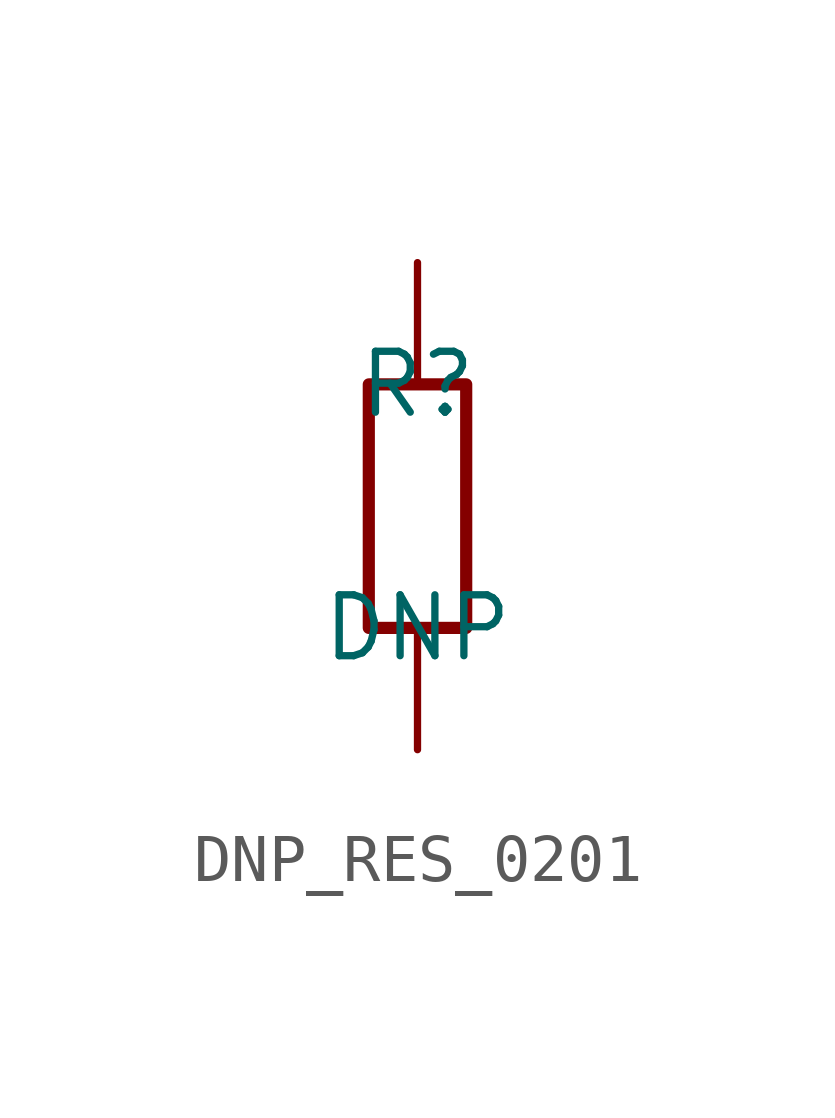
<source format=kicad_sym>
(kicad_symbol_lib
  (version 20231120)
  (generator "manual")
  (symbol "DNP_RES_0201"
    (pin_numbers hide)
    (pin_names hide)
    (property "Reference" "R"
      (at 0 2.54 0)
      (effects (font (size 1.27 1.27))))
    (property "Value" "DNP"
      (at 0 -2.54 0)
      (effects (font (size 1.27 1.27))))
    (symbol "DNP_RES_0201_0_1"
      (rectangle (start -1.016 -2.54) (end 1.016 2.54) (stroke (width 0.254) (type default)) (fill (type none))))
    (symbol "DNP_RES_0201_1_1"
      (pin passive line (at 0 5.08 270) (length 2.54) (name "1" (effects (font (size 1.27 1.27)))) (number "1" (effects (font (size 1.27 1.27)))))
      (pin passive line (at 0 -5.08 90) (length 2.54) (name "2" (effects (font (size 1.27 1.27)))) (number "2" (effects (font (size 1.27 1.27))))))))
</source>
